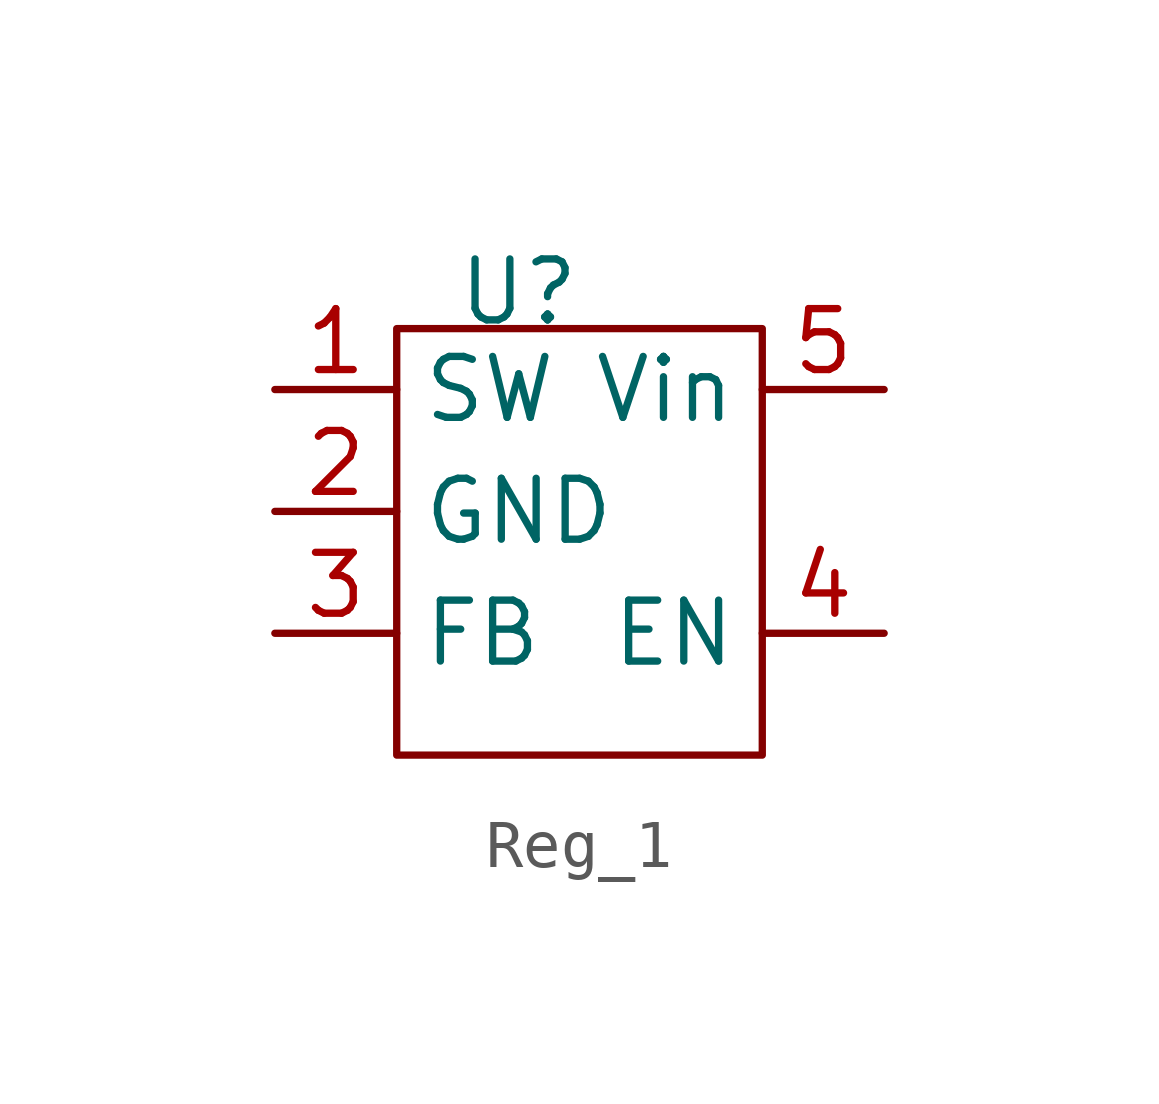
<source format=kicad_sym>
(kicad_symbol_lib
  (version 20241209)
  (generator "kicad_symbol_editor")
  (generator_version "9.0")
  (symbol "Reg_1"
    (property "Reference" "U"
      (at 0 4.572 0)
      (effects (font (size 1.27 1.27))))
    (property "Value" ""
      (at 0 0 0)
      (effects (font (size 1.27 1.27))))
    (symbol "Reg_1_0_1"
      (rectangle (start -2.54 3.81) (end 5.08 -5.08) (stroke (width 0) (type default)) (fill (type none))))
    (symbol "Reg_1_1_1"
      (pin output line (at -5.08 2.54 0) (length 2.54) (name "SW" (effects (font (size 1.27 1.27)))) (number "1" (effects (font (size 1.27 1.27)))))
      (pin power_out line (at -5.08 0 0) (length 2.54) (name "GND" (effects (font (size 1.27 1.27)))) (number "2" (effects (font (size 1.27 1.27)))))
      (pin output line (at -5.08 -2.54 0) (length 2.54) (name "FB" (effects (font (size 1.27 1.27)))) (number "3" (effects (font (size 1.27 1.27)))))
      (pin power_in line (at 7.62 2.54 180) (length 2.54) (name "Vin" (effects (font (size 1.27 1.27)))) (number "5" (effects (font (size 1.27 1.27)))))
      (pin input line (at 7.62 -2.54 180) (length 2.54) (name "EN" (effects (font (size 1.27 1.27)))) (number "4" (effects (font (size 1.27 1.27))))))))
</source>
